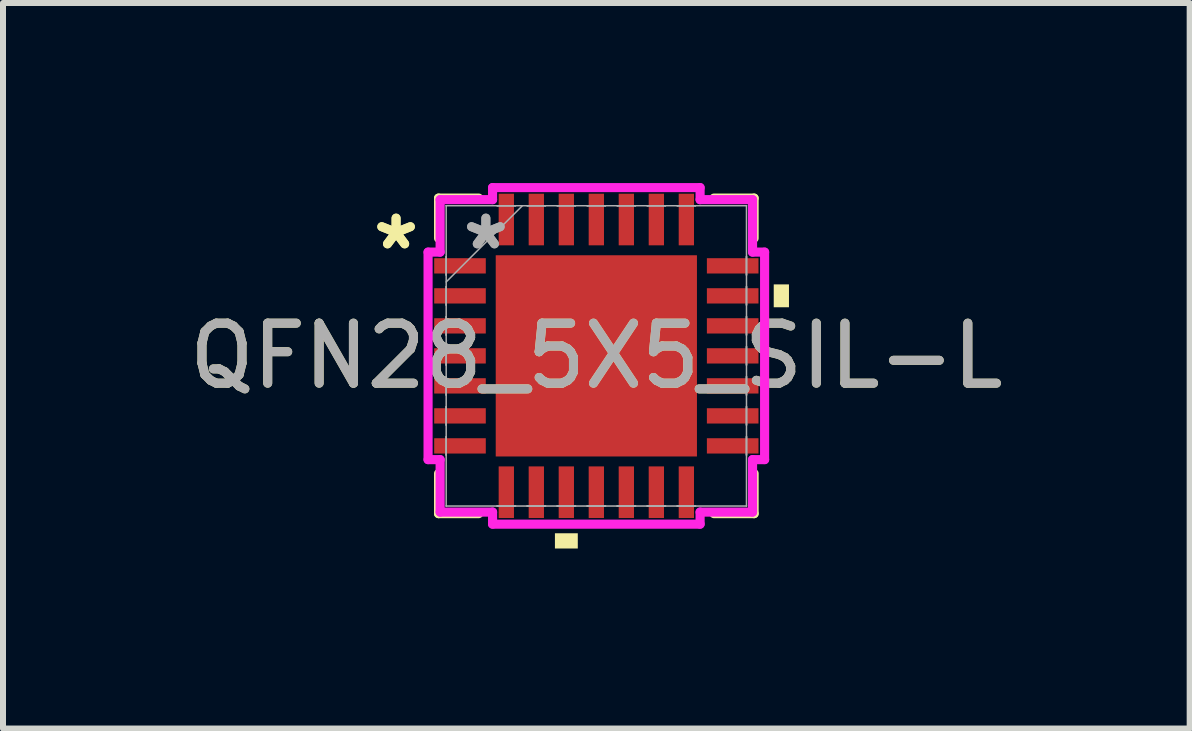
<source format=kicad_pcb>
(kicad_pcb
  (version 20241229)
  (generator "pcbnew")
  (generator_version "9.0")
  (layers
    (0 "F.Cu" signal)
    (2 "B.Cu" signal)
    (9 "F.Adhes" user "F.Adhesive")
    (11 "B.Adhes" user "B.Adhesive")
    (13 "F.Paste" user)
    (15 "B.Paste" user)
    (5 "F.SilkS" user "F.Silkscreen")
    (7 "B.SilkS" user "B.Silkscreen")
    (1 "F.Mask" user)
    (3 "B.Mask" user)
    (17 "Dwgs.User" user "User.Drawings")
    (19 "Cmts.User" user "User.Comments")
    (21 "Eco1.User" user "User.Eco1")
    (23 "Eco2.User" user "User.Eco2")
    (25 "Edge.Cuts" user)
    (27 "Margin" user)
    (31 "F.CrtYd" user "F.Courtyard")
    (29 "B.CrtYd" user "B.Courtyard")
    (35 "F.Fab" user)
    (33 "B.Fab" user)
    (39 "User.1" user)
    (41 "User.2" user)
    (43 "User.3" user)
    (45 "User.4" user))
  (footprint "QFN28_5X5_SIL-L"
    (layer "F.Cu")
    (at 6.887 2.88)
    (property "Reference" "QFN28_5X5_SIL-L" (at 0 0 0) (unlocked yes) (layer "F.SilkS") (effects (font (size 1 1) (thickness 0.15))))
    (attr smd)
    (fp_line (start -2.629 -2.629) (end -2.629 -1.96) (stroke (width 0.152) (type solid)) (layer "F.SilkS"))
    (fp_line (start -2.629 1.96) (end -2.629 2.629) (stroke (width 0.152) (type solid)) (layer "F.SilkS"))
    (fp_line (start -2.629 2.629) (end -1.96 2.629) (stroke (width 0.152) (type solid)) (layer "F.SilkS"))
    (fp_line (start -1.96 -2.629) (end -2.629 -2.629) (stroke (width 0.152) (type solid)) (layer "F.SilkS"))
    (fp_line (start 1.96 2.629) (end 2.629 2.629) (stroke (width 0.152) (type solid)) (layer "F.SilkS"))
    (fp_line (start 2.629 -2.629) (end 1.96 -2.629) (stroke (width 0.152) (type solid)) (layer "F.SilkS"))
    (fp_line (start 2.629 -1.96) (end 2.629 -2.629) (stroke (width 0.152) (type solid)) (layer "F.SilkS"))
    (fp_line (start 2.629 2.629) (end 2.629 1.96) (stroke (width 0.152) (type solid)) (layer "F.SilkS"))
    (fp_poly (pts (xy -0.69 2.956) (xy -0.69 3.21) (xy -0.309 3.21) (xy -0.309 2.956)) (stroke (width 0) (type solid)) (fill yes) (layer "F.SilkS"))
    (fp_poly (pts (xy 3.21 -1.191) (xy 3.21 -0.81) (xy 2.956 -0.81) (xy 2.956 -1.191)) (stroke (width 0) (type solid)) (fill yes) (layer "F.SilkS"))
    (fp_poly (pts (xy -1.576 -1.576) (xy -1.576 -0.1) (xy -0.1 -0.1) (xy -0.1 -1.576)) (stroke (width 0) (type solid)) (fill yes) (layer "F.Paste"))
    (fp_poly (pts (xy -1.576 0.1) (xy -1.576 1.576) (xy -0.1 1.576) (xy -0.1 0.1)) (stroke (width 0) (type solid)) (fill yes) (layer "F.Paste"))
    (fp_poly (pts (xy 0.1 -1.576) (xy 0.1 -0.1) (xy 1.576 -0.1) (xy 1.576 -1.576)) (stroke (width 0) (type solid)) (fill yes) (layer "F.Paste"))
    (fp_poly (pts (xy 0.1 0.1) (xy 0.1 1.576) (xy 1.576 1.576) (xy 1.576 0.1)) (stroke (width 0) (type solid)) (fill yes) (layer "F.Paste"))
    (fp_line (start -2.804 -1.729) (end -2.603 -1.729) (stroke (width 0.152) (type solid)) (layer "F.CrtYd"))
    (fp_line (start -2.804 1.729) (end -2.804 -1.729) (stroke (width 0.152) (type solid)) (layer "F.CrtYd"))
    (fp_line (start -2.603 -2.603) (end -1.729 -2.603) (stroke (width 0.152) (type solid)) (layer "F.CrtYd"))
    (fp_line (start -2.603 -1.729) (end -2.603 -2.603) (stroke (width 0.152) (type solid)) (layer "F.CrtYd"))
    (fp_line (start -2.603 1.729) (end -2.804 1.729) (stroke (width 0.152) (type solid)) (layer "F.CrtYd"))
    (fp_line (start -2.603 2.603) (end -2.603 1.729) (stroke (width 0.152) (type solid)) (layer "F.CrtYd"))
    (fp_line (start -1.729 -2.804) (end 1.729 -2.804) (stroke (width 0.152) (type solid)) (layer "F.CrtYd"))
    (fp_line (start -1.729 -2.603) (end -1.729 -2.804) (stroke (width 0.152) (type solid)) (layer "F.CrtYd"))
    (fp_line (start -1.729 2.603) (end -2.603 2.603) (stroke (width 0.152) (type solid)) (layer "F.CrtYd"))
    (fp_line (start -1.729 2.804) (end -1.729 2.603) (stroke (width 0.152) (type solid)) (layer "F.CrtYd"))
    (fp_line (start 1.729 -2.804) (end 1.729 -2.603) (stroke (width 0.152) (type solid)) (layer "F.CrtYd"))
    (fp_line (start 1.729 -2.603) (end 2.603 -2.603) (stroke (width 0.152) (type solid)) (layer "F.CrtYd"))
    (fp_line (start 1.729 2.603) (end 1.729 2.804) (stroke (width 0.152) (type solid)) (layer "F.CrtYd"))
    (fp_line (start 1.729 2.804) (end -1.729 2.804) (stroke (width 0.152) (type solid)) (layer "F.CrtYd"))
    (fp_line (start 2.603 -2.603) (end 2.603 -1.729) (stroke (width 0.152) (type solid)) (layer "F.CrtYd"))
    (fp_line (start 2.603 -1.729) (end 2.804 -1.729) (stroke (width 0.152) (type solid)) (layer "F.CrtYd"))
    (fp_line (start 2.603 1.729) (end 2.603 2.603) (stroke (width 0.152) (type solid)) (layer "F.CrtYd"))
    (fp_line (start 2.603 2.603) (end 1.729 2.603) (stroke (width 0.152) (type solid)) (layer "F.CrtYd"))
    (fp_line (start 2.804 -1.729) (end 2.804 1.729) (stroke (width 0.152) (type solid)) (layer "F.CrtYd"))
    (fp_line (start 2.804 1.729) (end 2.603 1.729) (stroke (width 0.152) (type solid)) (layer "F.CrtYd"))
    (fp_line (start -2.502 -2.502) (end -2.502 -2.502) (stroke (width 0.025) (type solid)) (layer "F.Fab"))
    (fp_line (start -2.502 -2.502) (end -2.502 2.502) (stroke (width 0.025) (type solid)) (layer "F.Fab"))
    (fp_line (start -2.502 -1.652) (end -2.502 -1.652) (stroke (width 0.025) (type solid)) (layer "F.Fab"))
    (fp_line (start -2.502 -1.652) (end -2.502 -1.348) (stroke (width 0.025) (type solid)) (layer "F.Fab"))
    (fp_line (start -2.502 -1.348) (end -2.502 -1.652) (stroke (width 0.025) (type solid)) (layer "F.Fab"))
    (fp_line (start -2.502 -1.348) (end -2.502 -1.348) (stroke (width 0.025) (type solid)) (layer "F.Fab"))
    (fp_line (start -2.502 -1.232) (end -1.232 -2.502) (stroke (width 0.025) (type solid)) (layer "F.Fab"))
    (fp_line (start -2.502 -1.152) (end -2.502 -1.152) (stroke (width 0.025) (type solid)) (layer "F.Fab"))
    (fp_line (start -2.502 -1.152) (end -2.502 -0.848) (stroke (width 0.025) (type solid)) (layer "F.Fab"))
    (fp_line (start -2.502 -0.848) (end -2.502 -1.152) (stroke (width 0.025) (type solid)) (layer "F.Fab"))
    (fp_line (start -2.502 -0.848) (end -2.502 -0.848) (stroke (width 0.025) (type solid)) (layer "F.Fab"))
    (fp_line (start -2.502 -0.652) (end -2.502 -0.652) (stroke (width 0.025) (type solid)) (layer "F.Fab"))
    (fp_line (start -2.502 -0.652) (end -2.502 -0.348) (stroke (width 0.025) (type solid)) (layer "F.Fab"))
    (fp_line (start -2.502 -0.348) (end -2.502 -0.652) (stroke (width 0.025) (type solid)) (layer "F.Fab"))
    (fp_line (start -2.502 -0.348) (end -2.502 -0.348) (stroke (width 0.025) (type solid)) (layer "F.Fab"))
    (fp_line (start -2.502 -0.152) (end -2.502 -0.152) (stroke (width 0.025) (type solid)) (layer "F.Fab"))
    (fp_line (start -2.502 -0.152) (end -2.502 0.152) (stroke (width 0.025) (type solid)) (layer "F.Fab"))
    (fp_line (start -2.502 0.152) (end -2.502 -0.152) (stroke (width 0.025) (type solid)) (layer "F.Fab"))
    (fp_line (start -2.502 0.152) (end -2.502 0.152) (stroke (width 0.025) (type solid)) (layer "F.Fab"))
    (fp_line (start -2.502 0.348) (end -2.502 0.348) (stroke (width 0.025) (type solid)) (layer "F.Fab"))
    (fp_line (start -2.502 0.348) (end -2.502 0.652) (stroke (width 0.025) (type solid)) (layer "F.Fab"))
    (fp_line (start -2.502 0.652) (end -2.502 0.348) (stroke (width 0.025) (type solid)) (layer "F.Fab"))
    (fp_line (start -2.502 0.652) (end -2.502 0.652) (stroke (width 0.025) (type solid)) (layer "F.Fab"))
    (fp_line (start -2.502 0.848) (end -2.502 0.848) (stroke (width 0.025) (type solid)) (layer "F.Fab"))
    (fp_line (start -2.502 0.848) (end -2.502 1.152) (stroke (width 0.025) (type solid)) (layer "F.Fab"))
    (fp_line (start -2.502 1.152) (end -2.502 0.848) (stroke (width 0.025) (type solid)) (layer "F.Fab"))
    (fp_line (start -2.502 1.152) (end -2.502 1.152) (stroke (width 0.025) (type solid)) (layer "F.Fab"))
    (fp_line (start -2.502 1.348) (end -2.502 1.348) (stroke (width 0.025) (type solid)) (layer "F.Fab"))
    (fp_line (start -2.502 1.348) (end -2.502 1.652) (stroke (width 0.025) (type solid)) (layer "F.Fab"))
    (fp_line (start -2.502 1.652) (end -2.502 1.348) (stroke (width 0.025) (type solid)) (layer "F.Fab"))
    (fp_line (start -2.502 1.652) (end -2.502 1.652) (stroke (width 0.025) (type solid)) (layer "F.Fab"))
    (fp_line (start -2.502 2.502) (end -2.502 2.502) (stroke (width 0.025) (type solid)) (layer "F.Fab"))
    (fp_line (start -2.502 2.502) (end 2.502 2.502) (stroke (width 0.025) (type solid)) (layer "F.Fab"))
    (fp_line (start -1.652 -2.502) (end -1.652 -2.502) (stroke (width 0.025) (type solid)) (layer "F.Fab"))
    (fp_line (start -1.652 -2.502) (end -1.348 -2.502) (stroke (width 0.025) (type solid)) (layer "F.Fab"))
    (fp_line (start -1.652 2.502) (end -1.652 2.502) (stroke (width 0.025) (type solid)) (layer "F.Fab"))
    (fp_line (start -1.652 2.502) (end -1.348 2.502) (stroke (width 0.025) (type solid)) (layer "F.Fab"))
    (fp_line (start -1.348 -2.502) (end -1.652 -2.502) (stroke (width 0.025) (type solid)) (layer "F.Fab"))
    (fp_line (start -1.348 -2.502) (end -1.348 -2.502) (stroke (width 0.025) (type solid)) (layer "F.Fab"))
    (fp_line (start -1.348 2.502) (end -1.652 2.502) (stroke (width 0.025) (type solid)) (layer "F.Fab"))
    (fp_line (start -1.348 2.502) (end -1.348 2.502) (stroke (width 0.025) (type solid)) (layer "F.Fab"))
    (fp_line (start -1.152 -2.502) (end -1.152 -2.502) (stroke (width 0.025) (type solid)) (layer "F.Fab"))
    (fp_line (start -1.152 -2.502) (end -0.848 -2.502) (stroke (width 0.025) (type solid)) (layer "F.Fab"))
    (fp_line (start -1.152 2.502) (end -1.152 2.502) (stroke (width 0.025) (type solid)) (layer "F.Fab"))
    (fp_line (start -1.152 2.502) (end -0.848 2.502) (stroke (width 0.025) (type solid)) (layer "F.Fab"))
    (fp_line (start -0.848 -2.502) (end -1.152 -2.502) (stroke (width 0.025) (type solid)) (layer "F.Fab"))
    (fp_line (start -0.848 -2.502) (end -0.848 -2.502) (stroke (width 0.025) (type solid)) (layer "F.Fab"))
    (fp_line (start -0.848 2.502) (end -1.152 2.502) (stroke (width 0.025) (type solid)) (layer "F.Fab"))
    (fp_line (start -0.848 2.502) (end -0.848 2.502) (stroke (width 0.025) (type solid)) (layer "F.Fab"))
    (fp_line (start -0.652 -2.502) (end -0.652 -2.502) (stroke (width 0.025) (type solid)) (layer "F.Fab"))
    (fp_line (start -0.652 -2.502) (end -0.348 -2.502) (stroke (width 0.025) (type solid)) (layer "F.Fab"))
    (fp_line (start -0.652 2.502) (end -0.652 2.502) (stroke (width 0.025) (type solid)) (layer "F.Fab"))
    (fp_line (start -0.652 2.502) (end -0.348 2.502) (stroke (width 0.025) (type solid)) (layer "F.Fab"))
    (fp_line (start -0.348 -2.502) (end -0.652 -2.502) (stroke (width 0.025) (type solid)) (layer "F.Fab"))
    (fp_line (start -0.348 -2.502) (end -0.348 -2.502) (stroke (width 0.025) (type solid)) (layer "F.Fab"))
    (fp_line (start -0.348 2.502) (end -0.652 2.502) (stroke (width 0.025) (type solid)) (layer "F.Fab"))
    (fp_line (start -0.348 2.502) (end -0.348 2.502) (stroke (width 0.025) (type solid)) (layer "F.Fab"))
    (fp_line (start -0.152 -2.502) (end -0.152 -2.502) (stroke (width 0.025) (type solid)) (layer "F.Fab"))
    (fp_line (start -0.152 -2.502) (end 0.152 -2.502) (stroke (width 0.025) (type solid)) (layer "F.Fab"))
    (fp_line (start -0.152 2.502) (end -0.152 2.502) (stroke (width 0.025) (type solid)) (layer "F.Fab"))
    (fp_line (start -0.152 2.502) (end 0.152 2.502) (stroke (width 0.025) (type solid)) (layer "F.Fab"))
    (fp_line (start 0.152 -2.502) (end -0.152 -2.502) (stroke (width 0.025) (type solid)) (layer "F.Fab"))
    (fp_line (start 0.152 -2.502) (end 0.152 -2.502) (stroke (width 0.025) (type solid)) (layer "F.Fab"))
    (fp_line (start 0.152 2.502) (end -0.152 2.502) (stroke (width 0.025) (type solid)) (layer "F.Fab"))
    (fp_line (start 0.152 2.502) (end 0.152 2.502) (stroke (width 0.025) (type solid)) (layer "F.Fab"))
    (fp_line (start 0.348 -2.502) (end 0.348 -2.502) (stroke (width 0.025) (type solid)) (layer "F.Fab"))
    (fp_line (start 0.348 -2.502) (end 0.652 -2.502) (stroke (width 0.025) (type solid)) (layer "F.Fab"))
    (fp_line (start 0.348 2.502) (end 0.348 2.502) (stroke (width 0.025) (type solid)) (layer "F.Fab"))
    (fp_line (start 0.348 2.502) (end 0.652 2.502) (stroke (width 0.025) (type solid)) (layer "F.Fab"))
    (fp_line (start 0.652 -2.502) (end 0.348 -2.502) (stroke (width 0.025) (type solid)) (layer "F.Fab"))
    (fp_line (start 0.652 -2.502) (end 0.652 -2.502) (stroke (width 0.025) (type solid)) (layer "F.Fab"))
    (fp_line (start 0.652 2.502) (end 0.348 2.502) (stroke (width 0.025) (type solid)) (layer "F.Fab"))
    (fp_line (start 0.652 2.502) (end 0.652 2.502) (stroke (width 0.025) (type solid)) (layer "F.Fab"))
    (fp_line (start 0.848 -2.502) (end 0.848 -2.502) (stroke (width 0.025) (type solid)) (layer "F.Fab"))
    (fp_line (start 0.848 -2.502) (end 1.152 -2.502) (stroke (width 0.025) (type solid)) (layer "F.Fab"))
    (fp_line (start 0.848 2.502) (end 0.848 2.502) (stroke (width 0.025) (type solid)) (layer "F.Fab"))
    (fp_line (start 0.848 2.502) (end 1.152 2.502) (stroke (width 0.025) (type solid)) (layer "F.Fab"))
    (fp_line (start 1.152 -2.502) (end 0.848 -2.502) (stroke (width 0.025) (type solid)) (layer "F.Fab"))
    (fp_line (start 1.152 -2.502) (end 1.152 -2.502) (stroke (width 0.025) (type solid)) (layer "F.Fab"))
    (fp_line (start 1.152 2.502) (end 0.848 2.502) (stroke (width 0.025) (type solid)) (layer "F.Fab"))
    (fp_line (start 1.152 2.502) (end 1.152 2.502) (stroke (width 0.025) (type solid)) (layer "F.Fab"))
    (fp_line (start 1.348 -2.502) (end 1.348 -2.502) (stroke (width 0.025) (type solid)) (layer "F.Fab"))
    (fp_line (start 1.348 -2.502) (end 1.652 -2.502) (stroke (width 0.025) (type solid)) (layer "F.Fab"))
    (fp_line (start 1.348 2.502) (end 1.348 2.502) (stroke (width 0.025) (type solid)) (layer "F.Fab"))
    (fp_line (start 1.348 2.502) (end 1.652 2.502) (stroke (width 0.025) (type solid)) (layer "F.Fab"))
    (fp_line (start 1.652 -2.502) (end 1.348 -2.502) (stroke (width 0.025) (type solid)) (layer "F.Fab"))
    (fp_line (start 1.652 -2.502) (end 1.652 -2.502) (stroke (width 0.025) (type solid)) (layer "F.Fab"))
    (fp_line (start 1.652 2.502) (end 1.348 2.502) (stroke (width 0.025) (type solid)) (layer "F.Fab"))
    (fp_line (start 1.652 2.502) (end 1.652 2.502) (stroke (width 0.025) (type solid)) (layer "F.Fab"))
    (fp_line (start 2.502 -2.502) (end -2.502 -2.502) (stroke (width 0.025) (type solid)) (layer "F.Fab"))
    (fp_line (start 2.502 -2.502) (end 2.502 -2.502) (stroke (width 0.025) (type solid)) (layer "F.Fab"))
    (fp_line (start 2.502 -1.652) (end 2.502 -1.652) (stroke (width 0.025) (type solid)) (layer "F.Fab"))
    (fp_line (start 2.502 -1.652) (end 2.502 -1.348) (stroke (width 0.025) (type solid)) (layer "F.Fab"))
    (fp_line (start 2.502 -1.348) (end 2.502 -1.652) (stroke (width 0.025) (type solid)) (layer "F.Fab"))
    (fp_line (start 2.502 -1.348) (end 2.502 -1.348) (stroke (width 0.025) (type solid)) (layer "F.Fab"))
    (fp_line (start 2.502 -1.152) (end 2.502 -1.152) (stroke (width 0.025) (type solid)) (layer "F.Fab"))
    (fp_line (start 2.502 -1.152) (end 2.502 -0.848) (stroke (width 0.025) (type solid)) (layer "F.Fab"))
    (fp_line (start 2.502 -0.848) (end 2.502 -1.152) (stroke (width 0.025) (type solid)) (layer "F.Fab"))
    (fp_line (start 2.502 -0.848) (end 2.502 -0.848) (stroke (width 0.025) (type solid)) (layer "F.Fab"))
    (fp_line (start 2.502 -0.652) (end 2.502 -0.652) (stroke (width 0.025) (type solid)) (layer "F.Fab"))
    (fp_line (start 2.502 -0.652) (end 2.502 -0.348) (stroke (width 0.025) (type solid)) (layer "F.Fab"))
    (fp_line (start 2.502 -0.348) (end 2.502 -0.652) (stroke (width 0.025) (type solid)) (layer "F.Fab"))
    (fp_line (start 2.502 -0.348) (end 2.502 -0.348) (stroke (width 0.025) (type solid)) (layer "F.Fab"))
    (fp_line (start 2.502 -0.152) (end 2.502 -0.152) (stroke (width 0.025) (type solid)) (layer "F.Fab"))
    (fp_line (start 2.502 -0.152) (end 2.502 0.152) (stroke (width 0.025) (type solid)) (layer "F.Fab"))
    (fp_line (start 2.502 0.152) (end 2.502 -0.152) (stroke (width 0.025) (type solid)) (layer "F.Fab"))
    (fp_line (start 2.502 0.152) (end 2.502 0.152) (stroke (width 0.025) (type solid)) (layer "F.Fab"))
    (fp_line (start 2.502 0.348) (end 2.502 0.348) (stroke (width 0.025) (type solid)) (layer "F.Fab"))
    (fp_line (start 2.502 0.348) (end 2.502 0.652) (stroke (width 0.025) (type solid)) (layer "F.Fab"))
    (fp_line (start 2.502 0.652) (end 2.502 0.348) (stroke (width 0.025) (type solid)) (layer "F.Fab"))
    (fp_line (start 2.502 0.652) (end 2.502 0.652) (stroke (width 0.025) (type solid)) (layer "F.Fab"))
    (fp_line (start 2.502 0.848) (end 2.502 0.848) (stroke (width 0.025) (type solid)) (layer "F.Fab"))
    (fp_line (start 2.502 0.848) (end 2.502 1.152) (stroke (width 0.025) (type solid)) (layer "F.Fab"))
    (fp_line (start 2.502 1.152) (end 2.502 0.848) (stroke (width 0.025) (type solid)) (layer "F.Fab"))
    (fp_line (start 2.502 1.152) (end 2.502 1.152) (stroke (width 0.025) (type solid)) (layer "F.Fab"))
    (fp_line (start 2.502 1.348) (end 2.502 1.348) (stroke (width 0.025) (type solid)) (layer "F.Fab"))
    (fp_line (start 2.502 1.348) (end 2.502 1.652) (stroke (width 0.025) (type solid)) (layer "F.Fab"))
    (fp_line (start 2.502 1.652) (end 2.502 1.348) (stroke (width 0.025) (type solid)) (layer "F.Fab"))
    (fp_line (start 2.502 1.652) (end 2.502 1.652) (stroke (width 0.025) (type solid)) (layer "F.Fab"))
    (fp_line (start 2.502 2.502) (end 2.502 -2.502) (stroke (width 0.025) (type solid)) (layer "F.Fab"))
    (fp_line (start 2.502 2.502) (end 2.502 2.502) (stroke (width 0.025) (type solid)) (layer "F.Fab"))
    (fp_text user "*" (at -3.337 -1.75 0) (layer "F.SilkS") (effects (font (size 1 1) (thickness 0.15))))
    (fp_text user "*" (at -3.337 -1.75 0) (unlocked yes) (layer "F.SilkS") (effects (font (size 1 1) (thickness 0.15))))
    (fp_text user "*" (at -1.841 -1.75 0) (unlocked yes) (layer "F.Fab") (effects (font (size 1 1) (thickness 0.15))))
    (fp_text user "${REFERENCE}" (at 0 0 0) (unlocked yes) (layer "F.Fab") (effects (font (size 1 1) (thickness 0.15))))
    (fp_text user "*" (at -1.841 -1.75 0) (layer "F.Fab") (effects (font (size 1 1) (thickness 0.15))))
    (pad "1" smd rect (at -2.272 -1.5 90) (size 0.255 0.86) (layers "F.Cu" "F.Mask" "F.Paste"))
    (pad "2" smd rect (at -2.272 -1 90) (size 0.255 0.86) (layers "F.Cu" "F.Mask" "F.Paste"))
    (pad "3" smd rect (at -2.272 -0.5 90) (size 0.255 0.86) (layers "F.Cu" "F.Mask" "F.Paste"))
    (pad "4" smd rect (at -2.272 0 90) (size 0.255 0.86) (layers "F.Cu" "F.Mask" "F.Paste"))
    (pad "5" smd rect (at -2.272 0.5 90) (size 0.255 0.86) (layers "F.Cu" "F.Mask" "F.Paste"))
    (pad "6" smd rect (at -2.272 1 90) (size 0.255 0.86) (layers "F.Cu" "F.Mask" "F.Paste"))
    (pad "7" smd rect (at -2.272 1.5 90) (size 0.255 0.86) (layers "F.Cu" "F.Mask" "F.Paste"))
    (pad "8" smd rect (at -1.5 2.272) (size 0.255 0.86) (layers "F.Cu" "F.Mask" "F.Paste"))
    (pad "9" smd rect (at -1 2.272) (size 0.255 0.86) (layers "F.Cu" "F.Mask" "F.Paste"))
    (pad "10" smd rect (at -0.5 2.272) (size 0.255 0.86) (layers "F.Cu" "F.Mask" "F.Paste"))
    (pad "11" smd rect (at 0 2.272) (size 0.255 0.86) (layers "F.Cu" "F.Mask" "F.Paste"))
    (pad "12" smd rect (at 0.5 2.272) (size 0.255 0.86) (layers "F.Cu" "F.Mask" "F.Paste"))
    (pad "13" smd rect (at 1 2.272) (size 0.255 0.86) (layers "F.Cu" "F.Mask" "F.Paste"))
    (pad "14" smd rect (at 1.5 2.272) (size 0.255 0.86) (layers "F.Cu" "F.Mask" "F.Paste"))
    (pad "15" smd rect (at 2.272 1.5 90) (size 0.255 0.86) (layers "F.Cu" "F.Mask" "F.Paste"))
    (pad "16" smd rect (at 2.272 1 90) (size 0.255 0.86) (layers "F.Cu" "F.Mask" "F.Paste"))
    (pad "17" smd rect (at 2.272 0.5 90) (size 0.255 0.86) (layers "F.Cu" "F.Mask" "F.Paste"))
    (pad "18" smd rect (at 2.272 0 90) (size 0.255 0.86) (layers "F.Cu" "F.Mask" "F.Paste"))
    (pad "19" smd rect (at 2.272 -0.5 90) (size 0.255 0.86) (layers "F.Cu" "F.Mask" "F.Paste"))
    (pad "20" smd rect (at 2.272 -1 90) (size 0.255 0.86) (layers "F.Cu" "F.Mask" "F.Paste"))
    (pad "21" smd rect (at 2.272 -1.5 90) (size 0.255 0.86) (layers "F.Cu" "F.Mask" "F.Paste"))
    (pad "22" smd rect (at 1.5 -2.272) (size 0.255 0.86) (layers "F.Cu" "F.Mask" "F.Paste"))
    (pad "23" smd rect (at 1 -2.272) (size 0.255 0.86) (layers "F.Cu" "F.Mask" "F.Paste"))
    (pad "24" smd rect (at 0.5 -2.272) (size 0.255 0.86) (layers "F.Cu" "F.Mask" "F.Paste"))
    (pad "25" smd rect (at 0 -2.272) (size 0.255 0.86) (layers "F.Cu" "F.Mask" "F.Paste"))
    (pad "26" smd rect (at -0.5 -2.272) (size 0.255 0.86) (layers "F.Cu" "F.Mask" "F.Paste"))
    (pad "27" smd rect (at -1 -2.272) (size 0.255 0.86) (layers "F.Cu" "F.Mask" "F.Paste"))
    (pad "28" smd rect (at -1.5 -2.272) (size 0.255 0.86) (layers "F.Cu" "F.Mask" "F.Paste"))
    (pad "29" smd rect (at 0 0) (size 3.353 3.353) (layers "F.Cu" "F.Mask" "F.Paste")))
  (gr_rect
    (start -3 -3)
    (end 16.774 9.09)
    (stroke (width 0.1) (type default))
    (fill no)
    (layer "Edge.Cuts")))
</source>
